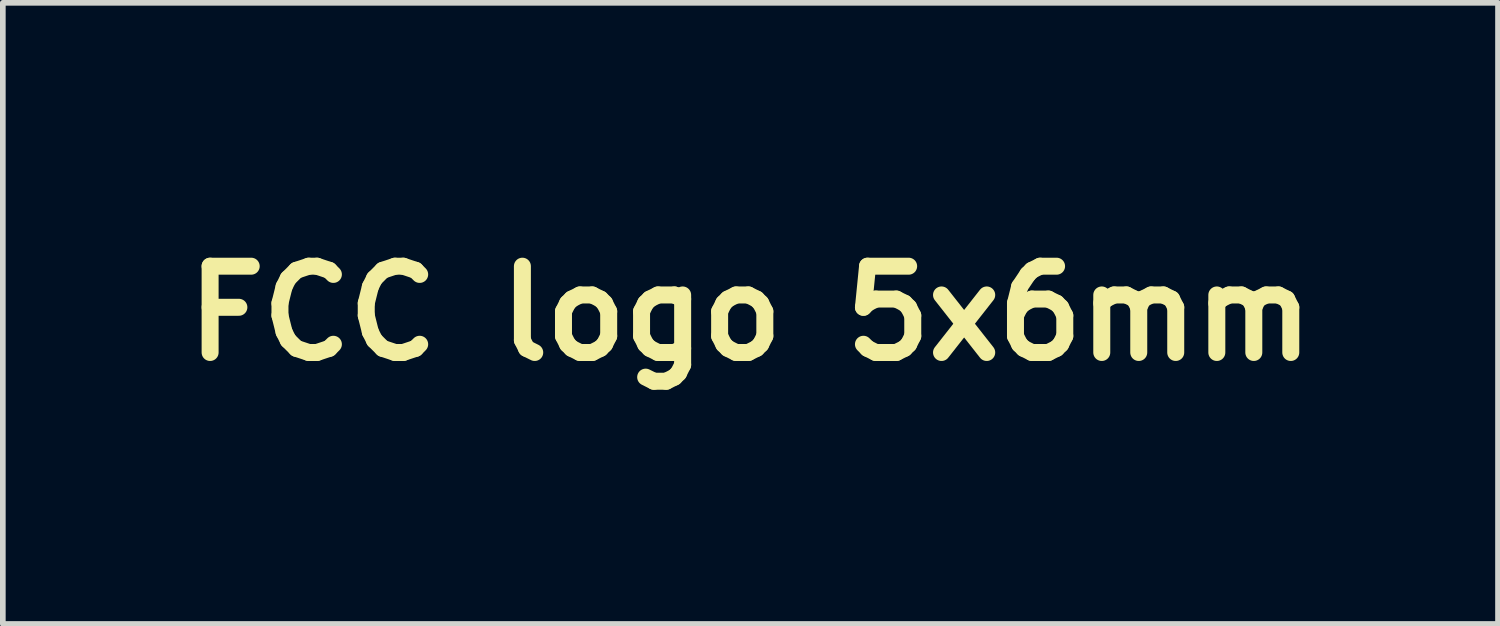
<source format=kicad_pcb>
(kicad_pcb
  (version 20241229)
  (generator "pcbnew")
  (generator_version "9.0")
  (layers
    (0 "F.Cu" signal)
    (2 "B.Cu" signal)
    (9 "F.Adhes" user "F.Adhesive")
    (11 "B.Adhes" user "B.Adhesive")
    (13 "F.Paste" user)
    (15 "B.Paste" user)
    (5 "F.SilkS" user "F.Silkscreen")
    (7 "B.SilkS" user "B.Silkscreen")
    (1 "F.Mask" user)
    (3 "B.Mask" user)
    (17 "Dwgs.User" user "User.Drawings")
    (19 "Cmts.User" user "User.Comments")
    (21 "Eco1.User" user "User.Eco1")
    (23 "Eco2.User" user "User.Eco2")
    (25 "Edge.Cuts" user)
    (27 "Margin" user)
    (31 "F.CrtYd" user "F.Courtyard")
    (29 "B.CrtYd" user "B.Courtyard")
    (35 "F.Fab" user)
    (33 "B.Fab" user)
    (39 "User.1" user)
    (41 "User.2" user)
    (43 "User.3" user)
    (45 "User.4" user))
  (footprint "FCC logo 5x6mm"
    (layer "F.Cu")
    (at 10.204 2.486)
    (property "Reference" "FCC logo 5x6mm" (at 0 0 0) (layer "F.SilkS") (effects (font (size 1.524 1.524) (thickness 0.3))))
    (attr through_hole)
    (fp_poly (pts (xy 1.043 -1.425) (xy 1.215 -1.402) (xy 1.385 -1.357) (xy 1.489 -1.318) (xy 1.607 -1.261) (xy 1.719 -1.194) (xy 1.833 -1.11) (xy 1.84 -1.104) (xy 1.887 -1.064) (xy 1.938 -1.016) (xy 1.988 -0.964) (xy 2.033 -0.914) (xy 2.069 -0.871) (xy 2.091 -0.838) (xy 2.091 -0.829) (xy 2.081 -0.815) (xy 2.06 -0.795) (xy 2.026 -0.766) (xy 1.976 -0.728) (xy 1.91 -0.678) (xy 1.891 -0.664) (xy 1.829 -0.619) (xy 1.774 -0.579) (xy 1.727 -0.546) (xy 1.693 -0.522) (xy 1.673 -0.51) (xy 1.67 -0.508) (xy 1.658 -0.517) (xy 1.637 -0.54) (xy 1.619 -0.563) (xy 1.543 -0.645) (xy 1.449 -0.72) (xy 1.341 -0.785) (xy 1.227 -0.837) (xy 1.181 -0.852) (xy 1.099 -0.871) (xy 1.003 -0.881) (xy 0.901 -0.882) (xy 0.803 -0.874) (xy 0.716 -0.858) (xy 0.697 -0.852) (xy 0.557 -0.798) (xy 0.433 -0.725) (xy 0.325 -0.635) (xy 0.233 -0.528) (xy 0.157 -0.403) (xy 0.148 -0.384) (xy 0.1 -0.266) (xy 0.071 -0.151) (xy 0.059 -0.028) (xy 0.059 0) (xy 0.067 0.125) (xy 0.092 0.241) (xy 0.136 0.358) (xy 0.148 0.384) (xy 0.221 0.511) (xy 0.311 0.621) (xy 0.417 0.713) (xy 0.538 0.788) (xy 0.676 0.846) (xy 0.697 0.852) (xy 0.741 0.865) (xy 0.782 0.873) (xy 0.828 0.878) (xy 0.886 0.88) (xy 0.939 0.88) (xy 1.01 0.879) (xy 1.064 0.877) (xy 1.108 0.871) (xy 1.15 0.862) (xy 1.181 0.852) (xy 1.298 0.807) (xy 1.409 0.747) (xy 1.508 0.675) (xy 1.592 0.595) (xy 1.619 0.563) (xy 1.643 0.533) (xy 1.662 0.514) (xy 1.67 0.508) (xy 1.682 0.515) (xy 1.71 0.534) (xy 1.751 0.563) (xy 1.803 0.6) (xy 1.862 0.643) (xy 1.891 0.664) (xy 1.962 0.717) (xy 2.015 0.758) (xy 2.053 0.789) (xy 2.077 0.811) (xy 2.09 0.826) (xy 2.092 0.836) (xy 2.091 0.838) (xy 2.07 0.87) (xy 2.035 0.912) (xy 1.99 0.962) (xy 1.941 1.012) (xy 1.891 1.061) (xy 1.844 1.101) (xy 1.833 1.111) (xy 1.683 1.217) (xy 1.528 1.301) (xy 1.365 1.364) (xy 1.193 1.406) (xy 1.128 1.417) (xy 1.061 1.424) (xy 0.979 1.427) (xy 0.893 1.427) (xy 0.812 1.424) (xy 0.745 1.417) (xy 0.743 1.417) (xy 0.564 1.379) (xy 0.394 1.32) (xy 0.234 1.242) (xy 0.087 1.145) (xy -0.047 1.031) (xy -0.167 0.901) (xy -0.269 0.757) (xy -0.354 0.599) (xy -0.411 0.455) (xy -0.437 0.369) (xy -0.456 0.292) (xy -0.468 0.217) (xy -0.475 0.135) (xy -0.478 0.04) (xy -0.478 0) (xy -0.477 -0.102) (xy -0.471 -0.188) (xy -0.461 -0.265) (xy -0.445 -0.341) (xy -0.421 -0.422) (xy -0.411 -0.455) (xy -0.344 -0.621) (xy -0.258 -0.775) (xy -0.156 -0.914) (xy -0.04 -1.038) (xy 0.09 -1.147) (xy 0.231 -1.239) (xy 0.381 -1.314) (xy 0.539 -1.371) (xy 0.703 -1.409) (xy 0.872 -1.427) (xy 1.043 -1.425)) (stroke (width 0.01) (type solid)) (fill yes) (layer "F.Mask"))
    (fp_poly (pts (xy -1.72 -2.481) (xy -1.555 -2.481) (xy -1.412 -2.48) (xy -1.288 -2.48) (xy -1.183 -2.479) (xy -1.096 -2.478) (xy -1.024 -2.477) (xy -0.968 -2.476) (xy -0.926 -2.474) (xy -0.897 -2.472) (xy -0.879 -2.47) (xy -0.871 -2.468) (xy -0.87 -2.466) (xy -0.879 -2.453) (xy -0.9 -2.423) (xy -0.931 -2.379) (xy -0.97 -2.324) (xy -1.016 -2.26) (xy -1.067 -2.189) (xy -1.078 -2.174) (xy -1.276 -1.896) (xy -1.864 -1.89) (xy -2.451 -1.884) (xy -2.457 -0.271) (xy -1.519 -0.278) (xy -1.504 -0.384) (xy -1.461 -0.605) (xy -1.395 -0.823) (xy -1.309 -1.036) (xy -1.203 -1.241) (xy -1.079 -1.436) (xy -0.939 -1.617) (xy -0.784 -1.783) (xy -0.664 -1.891) (xy -0.471 -2.039) (xy -0.272 -2.165) (xy -0.065 -2.27) (xy 0.153 -2.355) (xy 0.384 -2.421) (xy 0.538 -2.453) (xy 0.605 -2.462) (xy 0.69 -2.469) (xy 0.788 -2.473) (xy 0.893 -2.476) (xy 1 -2.475) (xy 1.105 -2.473) (xy 1.2 -2.468) (xy 1.282 -2.461) (xy 1.335 -2.453) (xy 1.581 -2.397) (xy 1.813 -2.322) (xy 2.033 -2.226) (xy 2.24 -2.111) (xy 2.435 -1.976) (xy 2.618 -1.821) (xy 2.681 -1.76) (xy 2.721 -1.719) (xy 2.764 -1.672) (xy 2.809 -1.622) (xy 2.851 -1.573) (xy 2.888 -1.527) (xy 2.918 -1.49) (xy 2.936 -1.463) (xy 2.942 -1.452) (xy 2.933 -1.443) (xy 2.908 -1.422) (xy 2.871 -1.393) (xy 2.824 -1.357) (xy 2.772 -1.318) (xy 2.717 -1.277) (xy 2.664 -1.237) (xy 2.614 -1.201) (xy 2.572 -1.171) (xy 2.541 -1.15) (xy 2.524 -1.139) (xy 2.524 -1.139) (xy 2.508 -1.145) (xy 2.483 -1.168) (xy 2.45 -1.206) (xy 2.445 -1.213) (xy 2.317 -1.358) (xy 2.171 -1.491) (xy 2.009 -1.611) (xy 1.835 -1.715) (xy 1.652 -1.801) (xy 1.461 -1.868) (xy 1.325 -1.903) (xy 1.236 -1.918) (xy 1.13 -1.928) (xy 1.016 -1.934) (xy 0.899 -1.936) (xy 0.788 -1.932) (xy 0.689 -1.924) (xy 0.664 -1.921) (xy 0.457 -1.879) (xy 0.26 -1.816) (xy 0.072 -1.733) (xy -0.104 -1.633) (xy -0.267 -1.515) (xy -0.417 -1.381) (xy -0.552 -1.233) (xy -0.671 -1.072) (xy -0.773 -0.898) (xy -0.857 -0.714) (xy -0.921 -0.521) (xy -0.966 -0.32) (xy -0.989 -0.111) (xy -0.992 0) (xy -0.981 0.213) (xy -0.947 0.419) (xy -0.893 0.618) (xy -0.818 0.808) (xy -0.725 0.988) (xy -0.613 1.156) (xy -0.485 1.311) (xy -0.34 1.453) (xy -0.181 1.58) (xy -0.007 1.69) (xy 0.18 1.783) (xy 0.379 1.857) (xy 0.558 1.904) (xy 0.603 1.913) (xy 0.645 1.92) (xy 0.688 1.925) (xy 0.739 1.928) (xy 0.801 1.93) (xy 0.879 1.931) (xy 0.939 1.931) (xy 1.03 1.93) (xy 1.102 1.929) (xy 1.159 1.927) (xy 1.207 1.923) (xy 1.249 1.918) (xy 1.291 1.91) (xy 1.319 1.905) (xy 1.503 1.855) (xy 1.686 1.786) (xy 1.863 1.701) (xy 2.025 1.603) (xy 2.065 1.575) (xy 2.154 1.506) (xy 2.246 1.425) (xy 2.334 1.339) (xy 2.412 1.253) (xy 2.445 1.213) (xy 2.479 1.173) (xy 2.505 1.147) (xy 2.522 1.139) (xy 2.524 1.139) (xy 2.539 1.148) (xy 2.569 1.169) (xy 2.61 1.198) (xy 2.659 1.234) (xy 2.712 1.273) (xy 2.767 1.314) (xy 2.819 1.354) (xy 2.866 1.39) (xy 2.905 1.42) (xy 2.931 1.441) (xy 2.942 1.451) (xy 2.942 1.452) (xy 2.934 1.466) (xy 2.913 1.495) (xy 2.882 1.534) (xy 2.844 1.581) (xy 2.801 1.63) (xy 2.757 1.68) (xy 2.714 1.726) (xy 2.681 1.76) (xy 2.505 1.92) (xy 2.314 2.062) (xy 2.111 2.185) (xy 1.898 2.288) (xy 1.676 2.37) (xy 1.447 2.43) (xy 1.214 2.468) (xy 1.195 2.47) (xy 1.113 2.476) (xy 1.016 2.479) (xy 0.911 2.479) (xy 0.804 2.476) (xy 0.701 2.47) (xy 0.609 2.462) (xy 0.534 2.452) (xy 0.532 2.451) (xy 0.29 2.397) (xy 0.06 2.321) (xy -0.16 2.225) (xy -0.37 2.107) (xy -0.57 1.967) (xy -0.664 1.892) (xy -0.83 1.737) (xy -0.982 1.565) (xy -1.118 1.379) (xy -1.236 1.181) (xy -1.337 0.973) (xy -1.417 0.758) (xy -1.476 0.538) (xy -1.504 0.384) (xy -1.519 0.278) (xy -1.988 0.275) (xy -2.457 0.271) (xy -2.457 2.121) (xy -2.69 2.292) (xy -2.755 2.34) (xy -2.814 2.384) (xy -2.865 2.421) (xy -2.905 2.449) (xy -2.93 2.467) (xy -2.938 2.473) (xy -2.94 2.471) (xy -2.941 2.462) (xy -2.943 2.445) (xy -2.944 2.419) (xy -2.946 2.384) (xy -2.947 2.339) (xy -2.948 2.282) (xy -2.949 2.214) (xy -2.95 2.132) (xy -2.95 2.037) (xy -2.951 1.927) (xy -2.952 1.801) (xy -2.952 1.659) (xy -2.952 1.5) (xy -2.953 1.322) (xy -2.953 1.126) (xy -2.953 0.91) (xy -2.953 0.673) (xy -2.953 0.415) (xy -2.953 0.134) (xy -2.953 0.001) (xy -2.953 -2.481) (xy -1.907 -2.481) (xy -1.72 -2.481)) (stroke (width 0.01) (type solid)) (fill yes) (layer "F.Mask")))
  (gr_rect
    (start -3 -3)
    (end 23.407 7.97)
    (stroke (width 0.1) (type default))
    (fill no)
    (layer "Edge.Cuts")))
</source>
